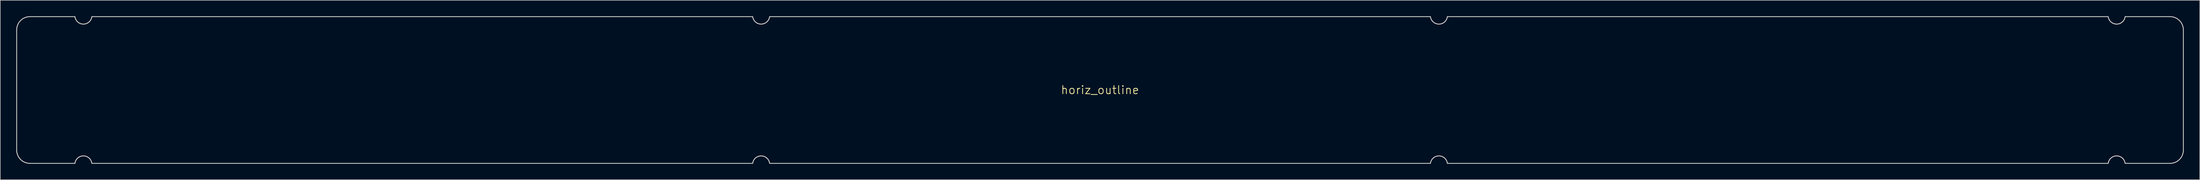
<source format=kicad_pcb>
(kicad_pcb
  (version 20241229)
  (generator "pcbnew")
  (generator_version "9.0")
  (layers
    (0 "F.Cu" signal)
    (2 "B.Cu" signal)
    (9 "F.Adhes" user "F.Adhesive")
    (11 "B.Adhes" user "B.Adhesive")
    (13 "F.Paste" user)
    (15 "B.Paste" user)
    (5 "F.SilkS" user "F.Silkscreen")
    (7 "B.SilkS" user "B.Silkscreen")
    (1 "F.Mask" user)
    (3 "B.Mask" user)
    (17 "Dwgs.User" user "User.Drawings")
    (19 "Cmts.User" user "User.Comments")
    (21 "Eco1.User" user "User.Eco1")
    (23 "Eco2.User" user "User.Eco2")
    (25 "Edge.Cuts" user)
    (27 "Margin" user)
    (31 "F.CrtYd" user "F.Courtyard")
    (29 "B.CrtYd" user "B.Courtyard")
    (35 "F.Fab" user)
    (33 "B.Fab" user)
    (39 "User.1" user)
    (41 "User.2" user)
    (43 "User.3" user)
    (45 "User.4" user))
  (footprint "horiz_outline"
    (layer "F.Cu")
    (at 203.075 13.845)
    (property "Reference" "horiz_outline" (at 0 0 0) (layer "F.SilkS") (effects (font (size 1.524 1.524) (thickness 0.15))))
    (attr through_hole)
    (fp_line (start -203 -11.273) (end -203 11.273) (stroke (width 0.15) (type solid)) (layer "Edge.Cuts"))
    (fp_line (start -203 11.273) (end -202.997 11.402) (stroke (width 0.15) (type solid)) (layer "Edge.Cuts"))
    (fp_line (start -202.997 -11.402) (end -203 -11.273) (stroke (width 0.15) (type solid)) (layer "Edge.Cuts"))
    (fp_line (start -202.997 11.402) (end -202.987 11.529) (stroke (width 0.15) (type solid)) (layer "Edge.Cuts"))
    (fp_line (start -202.987 -11.529) (end -202.997 -11.402) (stroke (width 0.15) (type solid)) (layer "Edge.Cuts"))
    (fp_line (start -202.987 11.529) (end -202.971 11.654) (stroke (width 0.15) (type solid)) (layer "Edge.Cuts"))
    (fp_line (start -202.971 -11.654) (end -202.987 -11.529) (stroke (width 0.15) (type solid)) (layer "Edge.Cuts"))
    (fp_line (start -202.971 11.654) (end -202.949 11.777) (stroke (width 0.15) (type solid)) (layer "Edge.Cuts"))
    (fp_line (start -202.949 -11.777) (end -202.971 -11.654) (stroke (width 0.15) (type solid)) (layer "Edge.Cuts"))
    (fp_line (start -202.949 11.777) (end -202.922 11.898) (stroke (width 0.15) (type solid)) (layer "Edge.Cuts"))
    (fp_line (start -202.922 -11.898) (end -202.949 -11.777) (stroke (width 0.15) (type solid)) (layer "Edge.Cuts"))
    (fp_line (start -202.922 11.898) (end -202.888 12.017) (stroke (width 0.15) (type solid)) (layer "Edge.Cuts"))
    (fp_line (start -202.888 -12.017) (end -202.922 -11.898) (stroke (width 0.15) (type solid)) (layer "Edge.Cuts"))
    (fp_line (start -202.888 12.017) (end -202.849 12.133) (stroke (width 0.15) (type solid)) (layer "Edge.Cuts"))
    (fp_line (start -202.849 -12.133) (end -202.888 -12.017) (stroke (width 0.15) (type solid)) (layer "Edge.Cuts"))
    (fp_line (start -202.849 12.133) (end -202.804 12.247) (stroke (width 0.15) (type solid)) (layer "Edge.Cuts"))
    (fp_line (start -202.804 -12.247) (end -202.849 -12.133) (stroke (width 0.15) (type solid)) (layer "Edge.Cuts"))
    (fp_line (start -202.804 12.247) (end -202.754 12.357) (stroke (width 0.15) (type solid)) (layer "Edge.Cuts"))
    (fp_line (start -202.754 -12.357) (end -202.804 -12.247) (stroke (width 0.15) (type solid)) (layer "Edge.Cuts"))
    (fp_line (start -202.754 12.357) (end -202.699 12.465) (stroke (width 0.15) (type solid)) (layer "Edge.Cuts"))
    (fp_line (start -202.699 -12.465) (end -202.754 -12.357) (stroke (width 0.15) (type solid)) (layer "Edge.Cuts"))
    (fp_line (start -202.699 12.465) (end -202.639 12.57) (stroke (width 0.15) (type solid)) (layer "Edge.Cuts"))
    (fp_line (start -202.639 -12.57) (end -202.699 -12.465) (stroke (width 0.15) (type solid)) (layer "Edge.Cuts"))
    (fp_line (start -202.639 12.57) (end -202.575 12.671) (stroke (width 0.15) (type solid)) (layer "Edge.Cuts"))
    (fp_line (start -202.575 -12.671) (end -202.639 -12.57) (stroke (width 0.15) (type solid)) (layer "Edge.Cuts"))
    (fp_line (start -202.575 12.671) (end -202.505 12.769) (stroke (width 0.15) (type solid)) (layer "Edge.Cuts"))
    (fp_line (start -202.505 -12.769) (end -202.575 -12.671) (stroke (width 0.15) (type solid)) (layer "Edge.Cuts"))
    (fp_line (start -202.505 12.769) (end -202.431 12.863) (stroke (width 0.15) (type solid)) (layer "Edge.Cuts"))
    (fp_line (start -202.431 -12.863) (end -202.505 -12.769) (stroke (width 0.15) (type solid)) (layer "Edge.Cuts"))
    (fp_line (start -202.431 12.863) (end -202.353 12.954) (stroke (width 0.15) (type solid)) (layer "Edge.Cuts"))
    (fp_line (start -202.353 -12.954) (end -202.431 -12.863) (stroke (width 0.15) (type solid)) (layer "Edge.Cuts"))
    (fp_line (start -202.353 12.954) (end -202.27 13.04) (stroke (width 0.15) (type solid)) (layer "Edge.Cuts"))
    (fp_line (start -202.27 -13.04) (end -202.353 -12.954) (stroke (width 0.15) (type solid)) (layer "Edge.Cuts"))
    (fp_line (start -202.27 13.04) (end -202.183 13.123) (stroke (width 0.15) (type solid)) (layer "Edge.Cuts"))
    (fp_line (start -202.183 -13.123) (end -202.27 -13.04) (stroke (width 0.15) (type solid)) (layer "Edge.Cuts"))
    (fp_line (start -202.183 13.123) (end -202.093 13.201) (stroke (width 0.15) (type solid)) (layer "Edge.Cuts"))
    (fp_line (start -202.093 -13.201) (end -202.183 -13.123) (stroke (width 0.15) (type solid)) (layer "Edge.Cuts"))
    (fp_line (start -202.093 13.201) (end -201.999 13.275) (stroke (width 0.15) (type solid)) (layer "Edge.Cuts"))
    (fp_line (start -201.999 -13.275) (end -202.093 -13.201) (stroke (width 0.15) (type solid)) (layer "Edge.Cuts"))
    (fp_line (start -201.999 13.275) (end -201.901 13.345) (stroke (width 0.15) (type solid)) (layer "Edge.Cuts"))
    (fp_line (start -201.901 -13.345) (end -201.999 -13.275) (stroke (width 0.15) (type solid)) (layer "Edge.Cuts"))
    (fp_line (start -201.901 13.345) (end -201.799 13.41) (stroke (width 0.15) (type solid)) (layer "Edge.Cuts"))
    (fp_line (start -201.799 -13.41) (end -201.901 -13.345) (stroke (width 0.15) (type solid)) (layer "Edge.Cuts"))
    (fp_line (start -201.799 13.41) (end -201.695 13.47) (stroke (width 0.15) (type solid)) (layer "Edge.Cuts"))
    (fp_line (start -201.695 -13.47) (end -201.799 -13.41) (stroke (width 0.15) (type solid)) (layer "Edge.Cuts"))
    (fp_line (start -201.695 13.47) (end -201.587 13.525) (stroke (width 0.15) (type solid)) (layer "Edge.Cuts"))
    (fp_line (start -201.587 -13.525) (end -201.695 -13.47) (stroke (width 0.15) (type solid)) (layer "Edge.Cuts"))
    (fp_line (start -201.587 13.525) (end -201.476 13.575) (stroke (width 0.15) (type solid)) (layer "Edge.Cuts"))
    (fp_line (start -201.476 -13.575) (end -201.587 -13.525) (stroke (width 0.15) (type solid)) (layer "Edge.Cuts"))
    (fp_line (start -201.476 13.575) (end -201.363 13.619) (stroke (width 0.15) (type solid)) (layer "Edge.Cuts"))
    (fp_line (start -201.363 -13.619) (end -201.476 -13.575) (stroke (width 0.15) (type solid)) (layer "Edge.Cuts"))
    (fp_line (start -201.363 13.619) (end -201.247 13.658) (stroke (width 0.15) (type solid)) (layer "Edge.Cuts"))
    (fp_line (start -201.247 -13.658) (end -201.363 -13.619) (stroke (width 0.15) (type solid)) (layer "Edge.Cuts"))
    (fp_line (start -201.247 13.658) (end -201.128 13.692) (stroke (width 0.15) (type solid)) (layer "Edge.Cuts"))
    (fp_line (start -201.128 -13.692) (end -201.247 -13.658) (stroke (width 0.15) (type solid)) (layer "Edge.Cuts"))
    (fp_line (start -201.128 13.692) (end -201.007 13.72) (stroke (width 0.15) (type solid)) (layer "Edge.Cuts"))
    (fp_line (start -201.007 -13.72) (end -201.128 -13.692) (stroke (width 0.15) (type solid)) (layer "Edge.Cuts"))
    (fp_line (start -201.007 13.72) (end -200.884 13.742) (stroke (width 0.15) (type solid)) (layer "Edge.Cuts"))
    (fp_line (start -200.884 -13.742) (end -201.007 -13.72) (stroke (width 0.15) (type solid)) (layer "Edge.Cuts"))
    (fp_line (start -200.884 13.742) (end -200.759 13.757) (stroke (width 0.15) (type solid)) (layer "Edge.Cuts"))
    (fp_line (start -200.759 -13.757) (end -200.884 -13.742) (stroke (width 0.15) (type solid)) (layer "Edge.Cuts"))
    (fp_line (start -200.759 13.757) (end -200.631 13.767) (stroke (width 0.15) (type solid)) (layer "Edge.Cuts"))
    (fp_line (start -200.631 -13.767) (end -200.759 -13.757) (stroke (width 0.15) (type solid)) (layer "Edge.Cuts"))
    (fp_line (start -200.631 13.767) (end -200.502 13.77) (stroke (width 0.15) (type solid)) (layer "Edge.Cuts"))
    (fp_line (start -200.502 -13.77) (end -200.631 -13.767) (stroke (width 0.15) (type solid)) (layer "Edge.Cuts"))
    (fp_line (start -200.502 13.77) (end -192.085 13.77) (stroke (width 0.15) (type solid)) (layer "Edge.Cuts"))
    (fp_line (start -192.086 -13.77) (end -200.502 -13.77) (stroke (width 0.15) (type solid)) (layer "Edge.Cuts"))
    (fp_line (start -192.085 13.77) (end -192.074 13.696) (stroke (width 0.15) (type solid)) (layer "Edge.Cuts"))
    (fp_line (start -192.075 -13.696) (end -192.086 -13.77) (stroke (width 0.15) (type solid)) (layer "Edge.Cuts"))
    (fp_line (start -192.074 13.696) (end -192.06 13.623) (stroke (width 0.15) (type solid)) (layer "Edge.Cuts"))
    (fp_line (start -192.06 -13.623) (end -192.075 -13.696) (stroke (width 0.15) (type solid)) (layer "Edge.Cuts"))
    (fp_line (start -192.06 13.623) (end -192.042 13.551) (stroke (width 0.15) (type solid)) (layer "Edge.Cuts"))
    (fp_line (start -192.043 -13.551) (end -192.06 -13.623) (stroke (width 0.15) (type solid)) (layer "Edge.Cuts"))
    (fp_line (start -192.042 13.551) (end -192.022 13.481) (stroke (width 0.15) (type solid)) (layer "Edge.Cuts"))
    (fp_line (start -192.022 -13.481) (end -192.043 -13.551) (stroke (width 0.15) (type solid)) (layer "Edge.Cuts"))
    (fp_line (start -192.022 13.481) (end -191.998 13.412) (stroke (width 0.15) (type solid)) (layer "Edge.Cuts"))
    (fp_line (start -191.998 -13.412) (end -192.022 -13.481) (stroke (width 0.15) (type solid)) (layer "Edge.Cuts"))
    (fp_line (start -191.998 13.412) (end -191.971 13.344) (stroke (width 0.15) (type solid)) (layer "Edge.Cuts"))
    (fp_line (start -191.971 -13.344) (end -191.998 -13.412) (stroke (width 0.15) (type solid)) (layer "Edge.Cuts"))
    (fp_line (start -191.971 13.344) (end -191.941 13.278) (stroke (width 0.15) (type solid)) (layer "Edge.Cuts"))
    (fp_line (start -191.942 -13.278) (end -191.971 -13.344) (stroke (width 0.15) (type solid)) (layer "Edge.Cuts"))
    (fp_line (start -191.941 13.278) (end -191.909 13.214) (stroke (width 0.15) (type solid)) (layer "Edge.Cuts"))
    (fp_line (start -191.909 -13.214) (end -191.942 -13.278) (stroke (width 0.15) (type solid)) (layer "Edge.Cuts"))
    (fp_line (start -191.909 13.214) (end -191.873 13.152) (stroke (width 0.15) (type solid)) (layer "Edge.Cuts"))
    (fp_line (start -191.874 -13.152) (end -191.909 -13.214) (stroke (width 0.15) (type solid)) (layer "Edge.Cuts"))
    (fp_line (start -191.873 13.152) (end -191.835 13.091) (stroke (width 0.15) (type solid)) (layer "Edge.Cuts"))
    (fp_line (start -191.836 -13.091) (end -191.874 -13.152) (stroke (width 0.15) (type solid)) (layer "Edge.Cuts"))
    (fp_line (start -191.835 13.091) (end -191.795 13.033) (stroke (width 0.15) (type solid)) (layer "Edge.Cuts"))
    (fp_line (start -191.795 -13.033) (end -191.836 -13.091) (stroke (width 0.15) (type solid)) (layer "Edge.Cuts"))
    (fp_line (start -191.795 13.033) (end -191.752 12.976) (stroke (width 0.15) (type solid)) (layer "Edge.Cuts"))
    (fp_line (start -191.752 -12.976) (end -191.795 -13.033) (stroke (width 0.15) (type solid)) (layer "Edge.Cuts"))
    (fp_line (start -191.752 12.976) (end -191.707 12.921) (stroke (width 0.15) (type solid)) (layer "Edge.Cuts"))
    (fp_line (start -191.707 -12.921) (end -191.752 -12.976) (stroke (width 0.15) (type solid)) (layer "Edge.Cuts"))
    (fp_line (start -191.707 12.921) (end -191.659 12.869) (stroke (width 0.15) (type solid)) (layer "Edge.Cuts"))
    (fp_line (start -191.659 -12.869) (end -191.707 -12.921) (stroke (width 0.15) (type solid)) (layer "Edge.Cuts"))
    (fp_line (start -191.659 12.869) (end -191.609 12.819) (stroke (width 0.15) (type solid)) (layer "Edge.Cuts"))
    (fp_line (start -191.61 -12.818) (end -191.659 -12.869) (stroke (width 0.15) (type solid)) (layer "Edge.Cuts"))
    (fp_line (start -191.609 12.819) (end -191.557 12.771) (stroke (width 0.15) (type solid)) (layer "Edge.Cuts"))
    (fp_line (start -191.557 -12.77) (end -191.61 -12.818) (stroke (width 0.15) (type solid)) (layer "Edge.Cuts"))
    (fp_line (start -191.557 12.771) (end -191.503 12.725) (stroke (width 0.15) (type solid)) (layer "Edge.Cuts"))
    (fp_line (start -191.503 -12.725) (end -191.557 -12.77) (stroke (width 0.15) (type solid)) (layer "Edge.Cuts"))
    (fp_line (start -191.503 12.725) (end -191.447 12.682) (stroke (width 0.15) (type solid)) (layer "Edge.Cuts"))
    (fp_line (start -191.447 -12.681) (end -191.503 -12.725) (stroke (width 0.15) (type solid)) (layer "Edge.Cuts"))
    (fp_line (start -191.447 12.682) (end -191.389 12.641) (stroke (width 0.15) (type solid)) (layer "Edge.Cuts"))
    (fp_line (start -191.389 -12.641) (end -191.447 -12.681) (stroke (width 0.15) (type solid)) (layer "Edge.Cuts"))
    (fp_line (start -191.389 12.641) (end -191.329 12.603) (stroke (width 0.15) (type solid)) (layer "Edge.Cuts"))
    (fp_line (start -191.329 -12.602) (end -191.389 -12.641) (stroke (width 0.15) (type solid)) (layer "Edge.Cuts"))
    (fp_line (start -191.329 12.603) (end -191.268 12.567) (stroke (width 0.15) (type solid)) (layer "Edge.Cuts"))
    (fp_line (start -191.268 -12.567) (end -191.329 -12.602) (stroke (width 0.15) (type solid)) (layer "Edge.Cuts"))
    (fp_line (start -191.268 12.567) (end -191.204 12.534) (stroke (width 0.15) (type solid)) (layer "Edge.Cuts"))
    (fp_line (start -191.205 -12.534) (end -191.268 -12.567) (stroke (width 0.15) (type solid)) (layer "Edge.Cuts"))
    (fp_line (start -191.204 12.534) (end -191.14 12.504) (stroke (width 0.15) (type solid)) (layer "Edge.Cuts"))
    (fp_line (start -191.14 -12.504) (end -191.205 -12.534) (stroke (width 0.15) (type solid)) (layer "Edge.Cuts"))
    (fp_line (start -191.14 12.504) (end -191.073 12.477) (stroke (width 0.15) (type solid)) (layer "Edge.Cuts"))
    (fp_line (start -191.074 -12.476) (end -191.14 -12.504) (stroke (width 0.15) (type solid)) (layer "Edge.Cuts"))
    (fp_line (start -191.073 12.477) (end -191.006 12.452) (stroke (width 0.15) (type solid)) (layer "Edge.Cuts"))
    (fp_line (start -191.006 -12.452) (end -191.074 -12.476) (stroke (width 0.15) (type solid)) (layer "Edge.Cuts"))
    (fp_line (start -191.006 12.452) (end -190.937 12.431) (stroke (width 0.15) (type solid)) (layer "Edge.Cuts"))
    (fp_line (start -190.937 -12.431) (end -191.006 -12.452) (stroke (width 0.15) (type solid)) (layer "Edge.Cuts"))
    (fp_line (start -190.937 12.431) (end -190.867 12.413) (stroke (width 0.15) (type solid)) (layer "Edge.Cuts"))
    (fp_line (start -190.867 -12.413) (end -190.937 -12.431) (stroke (width 0.15) (type solid)) (layer "Edge.Cuts"))
    (fp_line (start -190.867 12.413) (end -190.795 12.397) (stroke (width 0.15) (type solid)) (layer "Edge.Cuts"))
    (fp_line (start -190.795 -12.397) (end -190.867 -12.413) (stroke (width 0.15) (type solid)) (layer "Edge.Cuts"))
    (fp_line (start -190.795 12.397) (end -190.723 12.386) (stroke (width 0.15) (type solid)) (layer "Edge.Cuts"))
    (fp_line (start -190.723 -12.385) (end -190.795 -12.397) (stroke (width 0.15) (type solid)) (layer "Edge.Cuts"))
    (fp_line (start -190.723 12.386) (end -190.649 12.377) (stroke (width 0.15) (type solid)) (layer "Edge.Cuts"))
    (fp_line (start -190.65 -12.377) (end -190.723 -12.385) (stroke (width 0.15) (type solid)) (layer "Edge.Cuts"))
    (fp_line (start -190.649 12.377) (end -190.575 12.372) (stroke (width 0.15) (type solid)) (layer "Edge.Cuts"))
    (fp_line (start -190.575 -12.372) (end -190.65 -12.377) (stroke (width 0.15) (type solid)) (layer "Edge.Cuts"))
    (fp_line (start -190.575 12.372) (end -190.5 12.37) (stroke (width 0.15) (type solid)) (layer "Edge.Cuts"))
    (fp_line (start -190.5 -12.37) (end -190.575 -12.372) (stroke (width 0.15) (type solid)) (layer "Edge.Cuts"))
    (fp_line (start -190.5 12.37) (end -190.425 12.372) (stroke (width 0.15) (type solid)) (layer "Edge.Cuts"))
    (fp_line (start -190.425 -12.372) (end -190.5 -12.37) (stroke (width 0.15) (type solid)) (layer "Edge.Cuts"))
    (fp_line (start -190.425 12.372) (end -190.35 12.377) (stroke (width 0.15) (type solid)) (layer "Edge.Cuts"))
    (fp_line (start -190.351 -12.377) (end -190.425 -12.372) (stroke (width 0.15) (type solid)) (layer "Edge.Cuts"))
    (fp_line (start -190.35 12.377) (end -190.277 12.385) (stroke (width 0.15) (type solid)) (layer "Edge.Cuts"))
    (fp_line (start -190.277 -12.386) (end -190.351 -12.377) (stroke (width 0.15) (type solid)) (layer "Edge.Cuts"))
    (fp_line (start -190.277 12.385) (end -190.205 12.397) (stroke (width 0.15) (type solid)) (layer "Edge.Cuts"))
    (fp_line (start -190.205 -12.397) (end -190.277 -12.386) (stroke (width 0.15) (type solid)) (layer "Edge.Cuts"))
    (fp_line (start -190.205 12.397) (end -190.133 12.413) (stroke (width 0.15) (type solid)) (layer "Edge.Cuts"))
    (fp_line (start -190.133 -12.413) (end -190.205 -12.397) (stroke (width 0.15) (type solid)) (layer "Edge.Cuts"))
    (fp_line (start -190.133 12.413) (end -190.063 12.431) (stroke (width 0.15) (type solid)) (layer "Edge.Cuts"))
    (fp_line (start -190.063 -12.431) (end -190.133 -12.413) (stroke (width 0.15) (type solid)) (layer "Edge.Cuts"))
    (fp_line (start -190.063 12.431) (end -189.994 12.452) (stroke (width 0.15) (type solid)) (layer "Edge.Cuts"))
    (fp_line (start -189.994 -12.452) (end -190.063 -12.431) (stroke (width 0.15) (type solid)) (layer "Edge.Cuts"))
    (fp_line (start -189.994 12.452) (end -189.926 12.476) (stroke (width 0.15) (type solid)) (layer "Edge.Cuts"))
    (fp_line (start -189.927 -12.477) (end -189.994 -12.452) (stroke (width 0.15) (type solid)) (layer "Edge.Cuts"))
    (fp_line (start -189.926 12.476) (end -189.86 12.504) (stroke (width 0.15) (type solid)) (layer "Edge.Cuts"))
    (fp_line (start -189.86 -12.504) (end -189.927 -12.477) (stroke (width 0.15) (type solid)) (layer "Edge.Cuts"))
    (fp_line (start -189.86 12.504) (end -189.795 12.534) (stroke (width 0.15) (type solid)) (layer "Edge.Cuts"))
    (fp_line (start -189.796 -12.534) (end -189.86 -12.504) (stroke (width 0.15) (type solid)) (layer "Edge.Cuts"))
    (fp_line (start -189.795 12.534) (end -189.732 12.567) (stroke (width 0.15) (type solid)) (layer "Edge.Cuts"))
    (fp_line (start -189.732 -12.567) (end -189.796 -12.534) (stroke (width 0.15) (type solid)) (layer "Edge.Cuts"))
    (fp_line (start -189.732 12.567) (end -189.671 12.602) (stroke (width 0.15) (type solid)) (layer "Edge.Cuts"))
    (fp_line (start -189.671 -12.603) (end -189.732 -12.567) (stroke (width 0.15) (type solid)) (layer "Edge.Cuts"))
    (fp_line (start -189.671 12.602) (end -189.611 12.641) (stroke (width 0.15) (type solid)) (layer "Edge.Cuts"))
    (fp_line (start -189.611 -12.641) (end -189.671 -12.603) (stroke (width 0.15) (type solid)) (layer "Edge.Cuts"))
    (fp_line (start -189.611 12.641) (end -189.553 12.681) (stroke (width 0.15) (type solid)) (layer "Edge.Cuts"))
    (fp_line (start -189.553 -12.682) (end -189.611 -12.641) (stroke (width 0.15) (type solid)) (layer "Edge.Cuts"))
    (fp_line (start -189.553 12.681) (end -189.497 12.725) (stroke (width 0.15) (type solid)) (layer "Edge.Cuts"))
    (fp_line (start -189.497 -12.725) (end -189.553 -12.682) (stroke (width 0.15) (type solid)) (layer "Edge.Cuts"))
    (fp_line (start -189.497 12.725) (end -189.443 12.77) (stroke (width 0.15) (type solid)) (layer "Edge.Cuts"))
    (fp_line (start -189.443 -12.771) (end -189.497 -12.725) (stroke (width 0.15) (type solid)) (layer "Edge.Cuts"))
    (fp_line (start -189.443 12.77) (end -189.39 12.818) (stroke (width 0.15) (type solid)) (layer "Edge.Cuts"))
    (fp_line (start -189.391 -12.819) (end -189.443 -12.771) (stroke (width 0.15) (type solid)) (layer "Edge.Cuts"))
    (fp_line (start -189.39 12.818) (end -189.341 12.869) (stroke (width 0.15) (type solid)) (layer "Edge.Cuts"))
    (fp_line (start -189.341 -12.869) (end -189.391 -12.819) (stroke (width 0.15) (type solid)) (layer "Edge.Cuts"))
    (fp_line (start -189.341 12.869) (end -189.293 12.921) (stroke (width 0.15) (type solid)) (layer "Edge.Cuts"))
    (fp_line (start -189.293 -12.921) (end -189.341 -12.869) (stroke (width 0.15) (type solid)) (layer "Edge.Cuts"))
    (fp_line (start -189.293 12.921) (end -189.248 12.976) (stroke (width 0.15) (type solid)) (layer "Edge.Cuts"))
    (fp_line (start -189.248 -12.976) (end -189.293 -12.921) (stroke (width 0.15) (type solid)) (layer "Edge.Cuts"))
    (fp_line (start -189.248 12.976) (end -189.205 13.033) (stroke (width 0.15) (type solid)) (layer "Edge.Cuts"))
    (fp_line (start -189.205 -13.033) (end -189.248 -12.976) (stroke (width 0.15) (type solid)) (layer "Edge.Cuts"))
    (fp_line (start -189.205 13.033) (end -189.164 13.091) (stroke (width 0.15) (type solid)) (layer "Edge.Cuts"))
    (fp_line (start -189.165 -13.091) (end -189.205 -13.033) (stroke (width 0.15) (type solid)) (layer "Edge.Cuts"))
    (fp_line (start -189.164 13.091) (end -189.126 13.152) (stroke (width 0.15) (type solid)) (layer "Edge.Cuts"))
    (fp_line (start -189.127 -13.152) (end -189.165 -13.091) (stroke (width 0.15) (type solid)) (layer "Edge.Cuts"))
    (fp_line (start -189.126 13.152) (end -189.091 13.214) (stroke (width 0.15) (type solid)) (layer "Edge.Cuts"))
    (fp_line (start -189.091 -13.214) (end -189.127 -13.152) (stroke (width 0.15) (type solid)) (layer "Edge.Cuts"))
    (fp_line (start -189.091 13.214) (end -189.058 13.278) (stroke (width 0.15) (type solid)) (layer "Edge.Cuts"))
    (fp_line (start -189.059 -13.278) (end -189.091 -13.214) (stroke (width 0.15) (type solid)) (layer "Edge.Cuts"))
    (fp_line (start -189.058 13.278) (end -189.029 13.344) (stroke (width 0.15) (type solid)) (layer "Edge.Cuts"))
    (fp_line (start -189.029 -13.344) (end -189.059 -13.278) (stroke (width 0.15) (type solid)) (layer "Edge.Cuts"))
    (fp_line (start -189.029 13.344) (end -189.002 13.412) (stroke (width 0.15) (type solid)) (layer "Edge.Cuts"))
    (fp_line (start -189.002 -13.412) (end -189.029 -13.344) (stroke (width 0.15) (type solid)) (layer "Edge.Cuts"))
    (fp_line (start -189.002 13.412) (end -188.978 13.481) (stroke (width 0.15) (type solid)) (layer "Edge.Cuts"))
    (fp_line (start -188.978 -13.481) (end -189.002 -13.412) (stroke (width 0.15) (type solid)) (layer "Edge.Cuts"))
    (fp_line (start -188.978 13.481) (end -188.957 13.551) (stroke (width 0.15) (type solid)) (layer "Edge.Cuts"))
    (fp_line (start -188.958 -13.551) (end -188.978 -13.481) (stroke (width 0.15) (type solid)) (layer "Edge.Cuts"))
    (fp_line (start -188.957 13.551) (end -188.94 13.623) (stroke (width 0.15) (type solid)) (layer "Edge.Cuts"))
    (fp_line (start -188.94 -13.623) (end -188.958 -13.551) (stroke (width 0.15) (type solid)) (layer "Edge.Cuts"))
    (fp_line (start -188.94 13.623) (end -188.925 13.696) (stroke (width 0.15) (type solid)) (layer "Edge.Cuts"))
    (fp_line (start -188.926 -13.696) (end -188.94 -13.623) (stroke (width 0.15) (type solid)) (layer "Edge.Cuts"))
    (fp_line (start -188.925 13.696) (end -188.914 13.77) (stroke (width 0.15) (type solid)) (layer "Edge.Cuts"))
    (fp_line (start -188.915 -13.77) (end -188.926 -13.696) (stroke (width 0.15) (type solid)) (layer "Edge.Cuts"))
    (fp_line (start -188.914 13.77) (end -65.085 13.77) (stroke (width 0.15) (type solid)) (layer "Edge.Cuts"))
    (fp_line (start -65.086 -13.77) (end -188.915 -13.77) (stroke (width 0.15) (type solid)) (layer "Edge.Cuts"))
    (fp_line (start -65.085 13.77) (end -65.074 13.696) (stroke (width 0.15) (type solid)) (layer "Edge.Cuts"))
    (fp_line (start -65.075 -13.696) (end -65.086 -13.77) (stroke (width 0.15) (type solid)) (layer "Edge.Cuts"))
    (fp_line (start -65.074 13.696) (end -65.06 13.623) (stroke (width 0.15) (type solid)) (layer "Edge.Cuts"))
    (fp_line (start -65.06 -13.623) (end -65.075 -13.696) (stroke (width 0.15) (type solid)) (layer "Edge.Cuts"))
    (fp_line (start -65.06 13.623) (end -65.042 13.551) (stroke (width 0.15) (type solid)) (layer "Edge.Cuts"))
    (fp_line (start -65.043 -13.551) (end -65.06 -13.623) (stroke (width 0.15) (type solid)) (layer "Edge.Cuts"))
    (fp_line (start -65.042 13.551) (end -65.022 13.481) (stroke (width 0.15) (type solid)) (layer "Edge.Cuts"))
    (fp_line (start -65.022 -13.481) (end -65.043 -13.551) (stroke (width 0.15) (type solid)) (layer "Edge.Cuts"))
    (fp_line (start -65.022 13.481) (end -64.998 13.412) (stroke (width 0.15) (type solid)) (layer "Edge.Cuts"))
    (fp_line (start -64.998 -13.412) (end -65.022 -13.481) (stroke (width 0.15) (type solid)) (layer "Edge.Cuts"))
    (fp_line (start -64.998 13.412) (end -64.971 13.344) (stroke (width 0.15) (type solid)) (layer "Edge.Cuts"))
    (fp_line (start -64.971 -13.344) (end -64.998 -13.412) (stroke (width 0.15) (type solid)) (layer "Edge.Cuts"))
    (fp_line (start -64.971 13.344) (end -64.941 13.278) (stroke (width 0.15) (type solid)) (layer "Edge.Cuts"))
    (fp_line (start -64.942 -13.278) (end -64.971 -13.344) (stroke (width 0.15) (type solid)) (layer "Edge.Cuts"))
    (fp_line (start -64.941 13.278) (end -64.909 13.214) (stroke (width 0.15) (type solid)) (layer "Edge.Cuts"))
    (fp_line (start -64.909 -13.214) (end -64.942 -13.278) (stroke (width 0.15) (type solid)) (layer "Edge.Cuts"))
    (fp_line (start -64.909 13.214) (end -64.873 13.152) (stroke (width 0.15) (type solid)) (layer "Edge.Cuts"))
    (fp_line (start -64.874 -13.152) (end -64.909 -13.214) (stroke (width 0.15) (type solid)) (layer "Edge.Cuts"))
    (fp_line (start -64.873 13.152) (end -64.835 13.091) (stroke (width 0.15) (type solid)) (layer "Edge.Cuts"))
    (fp_line (start -64.836 -13.091) (end -64.874 -13.152) (stroke (width 0.15) (type solid)) (layer "Edge.Cuts"))
    (fp_line (start -64.835 13.091) (end -64.795 13.033) (stroke (width 0.15) (type solid)) (layer "Edge.Cuts"))
    (fp_line (start -64.795 -13.033) (end -64.836 -13.091) (stroke (width 0.15) (type solid)) (layer "Edge.Cuts"))
    (fp_line (start -64.795 13.033) (end -64.752 12.976) (stroke (width 0.15) (type solid)) (layer "Edge.Cuts"))
    (fp_line (start -64.752 -12.976) (end -64.795 -13.033) (stroke (width 0.15) (type solid)) (layer "Edge.Cuts"))
    (fp_line (start -64.752 12.976) (end -64.707 12.921) (stroke (width 0.15) (type solid)) (layer "Edge.Cuts"))
    (fp_line (start -64.707 -12.921) (end -64.752 -12.976) (stroke (width 0.15) (type solid)) (layer "Edge.Cuts"))
    (fp_line (start -64.707 12.921) (end -64.659 12.869) (stroke (width 0.15) (type solid)) (layer "Edge.Cuts"))
    (fp_line (start -64.659 -12.869) (end -64.707 -12.921) (stroke (width 0.15) (type solid)) (layer "Edge.Cuts"))
    (fp_line (start -64.659 12.869) (end -64.609 12.819) (stroke (width 0.15) (type solid)) (layer "Edge.Cuts"))
    (fp_line (start -64.61 -12.818) (end -64.659 -12.869) (stroke (width 0.15) (type solid)) (layer "Edge.Cuts"))
    (fp_line (start -64.609 12.819) (end -64.557 12.771) (stroke (width 0.15) (type solid)) (layer "Edge.Cuts"))
    (fp_line (start -64.557 -12.77) (end -64.61 -12.818) (stroke (width 0.15) (type solid)) (layer "Edge.Cuts"))
    (fp_line (start -64.557 12.771) (end -64.503 12.725) (stroke (width 0.15) (type solid)) (layer "Edge.Cuts"))
    (fp_line (start -64.503 -12.725) (end -64.557 -12.77) (stroke (width 0.15) (type solid)) (layer "Edge.Cuts"))
    (fp_line (start -64.503 12.725) (end -64.447 12.682) (stroke (width 0.15) (type solid)) (layer "Edge.Cuts"))
    (fp_line (start -64.447 -12.681) (end -64.503 -12.725) (stroke (width 0.15) (type solid)) (layer "Edge.Cuts"))
    (fp_line (start -64.447 12.682) (end -64.389 12.641) (stroke (width 0.15) (type solid)) (layer "Edge.Cuts"))
    (fp_line (start -64.389 -12.641) (end -64.447 -12.681) (stroke (width 0.15) (type solid)) (layer "Edge.Cuts"))
    (fp_line (start -64.389 12.641) (end -64.329 12.603) (stroke (width 0.15) (type solid)) (layer "Edge.Cuts"))
    (fp_line (start -64.329 -12.602) (end -64.389 -12.641) (stroke (width 0.15) (type solid)) (layer "Edge.Cuts"))
    (fp_line (start -64.329 12.603) (end -64.268 12.567) (stroke (width 0.15) (type solid)) (layer "Edge.Cuts"))
    (fp_line (start -64.268 -12.567) (end -64.329 -12.602) (stroke (width 0.15) (type solid)) (layer "Edge.Cuts"))
    (fp_line (start -64.268 12.567) (end -64.204 12.534) (stroke (width 0.15) (type solid)) (layer "Edge.Cuts"))
    (fp_line (start -64.205 -12.534) (end -64.268 -12.567) (stroke (width 0.15) (type solid)) (layer "Edge.Cuts"))
    (fp_line (start -64.204 12.534) (end -64.14 12.504) (stroke (width 0.15) (type solid)) (layer "Edge.Cuts"))
    (fp_line (start -64.14 -12.504) (end -64.205 -12.534) (stroke (width 0.15) (type solid)) (layer "Edge.Cuts"))
    (fp_line (start -64.14 12.504) (end -64.073 12.477) (stroke (width 0.15) (type solid)) (layer "Edge.Cuts"))
    (fp_line (start -64.074 -12.476) (end -64.14 -12.504) (stroke (width 0.15) (type solid)) (layer "Edge.Cuts"))
    (fp_line (start -64.073 12.477) (end -64.006 12.452) (stroke (width 0.15) (type solid)) (layer "Edge.Cuts"))
    (fp_line (start -64.006 -12.452) (end -64.074 -12.476) (stroke (width 0.15) (type solid)) (layer "Edge.Cuts"))
    (fp_line (start -64.006 12.452) (end -63.937 12.431) (stroke (width 0.15) (type solid)) (layer "Edge.Cuts"))
    (fp_line (start -63.937 -12.431) (end -64.006 -12.452) (stroke (width 0.15) (type solid)) (layer "Edge.Cuts"))
    (fp_line (start -63.937 12.431) (end -63.867 12.413) (stroke (width 0.15) (type solid)) (layer "Edge.Cuts"))
    (fp_line (start -63.867 -12.413) (end -63.937 -12.431) (stroke (width 0.15) (type solid)) (layer "Edge.Cuts"))
    (fp_line (start -63.867 12.413) (end -63.795 12.397) (stroke (width 0.15) (type solid)) (layer "Edge.Cuts"))
    (fp_line (start -63.795 -12.397) (end -63.867 -12.413) (stroke (width 0.15) (type solid)) (layer "Edge.Cuts"))
    (fp_line (start -63.795 12.397) (end -63.723 12.386) (stroke (width 0.15) (type solid)) (layer "Edge.Cuts"))
    (fp_line (start -63.723 -12.385) (end -63.795 -12.397) (stroke (width 0.15) (type solid)) (layer "Edge.Cuts"))
    (fp_line (start -63.723 12.386) (end -63.649 12.377) (stroke (width 0.15) (type solid)) (layer "Edge.Cuts"))
    (fp_line (start -63.65 -12.377) (end -63.723 -12.385) (stroke (width 0.15) (type solid)) (layer "Edge.Cuts"))
    (fp_line (start -63.649 12.377) (end -63.575 12.372) (stroke (width 0.15) (type solid)) (layer "Edge.Cuts"))
    (fp_line (start -63.575 -12.372) (end -63.65 -12.377) (stroke (width 0.15) (type solid)) (layer "Edge.Cuts"))
    (fp_line (start -63.575 12.372) (end -63.5 12.37) (stroke (width 0.15) (type solid)) (layer "Edge.Cuts"))
    (fp_line (start -63.5 -12.37) (end -63.575 -12.372) (stroke (width 0.15) (type solid)) (layer "Edge.Cuts"))
    (fp_line (start -63.5 12.37) (end -63.425 12.372) (stroke (width 0.15) (type solid)) (layer "Edge.Cuts"))
    (fp_line (start -63.425 -12.372) (end -63.5 -12.37) (stroke (width 0.15) (type solid)) (layer "Edge.Cuts"))
    (fp_line (start -63.425 12.372) (end -63.35 12.377) (stroke (width 0.15) (type solid)) (layer "Edge.Cuts"))
    (fp_line (start -63.351 -12.377) (end -63.425 -12.372) (stroke (width 0.15) (type solid)) (layer "Edge.Cuts"))
    (fp_line (start -63.35 12.377) (end -63.277 12.385) (stroke (width 0.15) (type solid)) (layer "Edge.Cuts"))
    (fp_line (start -63.277 -12.386) (end -63.351 -12.377) (stroke (width 0.15) (type solid)) (layer "Edge.Cuts"))
    (fp_line (start -63.277 12.385) (end -63.205 12.397) (stroke (width 0.15) (type solid)) (layer "Edge.Cuts"))
    (fp_line (start -63.205 -12.397) (end -63.277 -12.386) (stroke (width 0.15) (type solid)) (layer "Edge.Cuts"))
    (fp_line (start -63.205 12.397) (end -63.133 12.413) (stroke (width 0.15) (type solid)) (layer "Edge.Cuts"))
    (fp_line (start -63.133 -12.413) (end -63.205 -12.397) (stroke (width 0.15) (type solid)) (layer "Edge.Cuts"))
    (fp_line (start -63.133 12.413) (end -63.063 12.431) (stroke (width 0.15) (type solid)) (layer "Edge.Cuts"))
    (fp_line (start -63.063 -12.431) (end -63.133 -12.413) (stroke (width 0.15) (type solid)) (layer "Edge.Cuts"))
    (fp_line (start -63.063 12.431) (end -62.994 12.452) (stroke (width 0.15) (type solid)) (layer "Edge.Cuts"))
    (fp_line (start -62.994 -12.452) (end -63.063 -12.431) (stroke (width 0.15) (type solid)) (layer "Edge.Cuts"))
    (fp_line (start -62.994 12.452) (end -62.926 12.476) (stroke (width 0.15) (type solid)) (layer "Edge.Cuts"))
    (fp_line (start -62.927 -12.477) (end -62.994 -12.452) (stroke (width 0.15) (type solid)) (layer "Edge.Cuts"))
    (fp_line (start -62.926 12.476) (end -62.86 12.504) (stroke (width 0.15) (type solid)) (layer "Edge.Cuts"))
    (fp_line (start -62.86 -12.504) (end -62.927 -12.477) (stroke (width 0.15) (type solid)) (layer "Edge.Cuts"))
    (fp_line (start -62.86 12.504) (end -62.795 12.534) (stroke (width 0.15) (type solid)) (layer "Edge.Cuts"))
    (fp_line (start -62.796 -12.534) (end -62.86 -12.504) (stroke (width 0.15) (type solid)) (layer "Edge.Cuts"))
    (fp_line (start -62.795 12.534) (end -62.732 12.567) (stroke (width 0.15) (type solid)) (layer "Edge.Cuts"))
    (fp_line (start -62.732 -12.567) (end -62.796 -12.534) (stroke (width 0.15) (type solid)) (layer "Edge.Cuts"))
    (fp_line (start -62.732 12.567) (end -62.671 12.602) (stroke (width 0.15) (type solid)) (layer "Edge.Cuts"))
    (fp_line (start -62.671 -12.603) (end -62.732 -12.567) (stroke (width 0.15) (type solid)) (layer "Edge.Cuts"))
    (fp_line (start -62.671 12.602) (end -62.611 12.641) (stroke (width 0.15) (type solid)) (layer "Edge.Cuts"))
    (fp_line (start -62.611 -12.641) (end -62.671 -12.603) (stroke (width 0.15) (type solid)) (layer "Edge.Cuts"))
    (fp_line (start -62.611 12.641) (end -62.553 12.681) (stroke (width 0.15) (type solid)) (layer "Edge.Cuts"))
    (fp_line (start -62.553 -12.682) (end -62.611 -12.641) (stroke (width 0.15) (type solid)) (layer "Edge.Cuts"))
    (fp_line (start -62.553 12.681) (end -62.497 12.725) (stroke (width 0.15) (type solid)) (layer "Edge.Cuts"))
    (fp_line (start -62.497 -12.725) (end -62.553 -12.682) (stroke (width 0.15) (type solid)) (layer "Edge.Cuts"))
    (fp_line (start -62.497 12.725) (end -62.443 12.77) (stroke (width 0.15) (type solid)) (layer "Edge.Cuts"))
    (fp_line (start -62.443 -12.771) (end -62.497 -12.725) (stroke (width 0.15) (type solid)) (layer "Edge.Cuts"))
    (fp_line (start -62.443 12.77) (end -62.39 12.818) (stroke (width 0.15) (type solid)) (layer "Edge.Cuts"))
    (fp_line (start -62.391 -12.819) (end -62.443 -12.771) (stroke (width 0.15) (type solid)) (layer "Edge.Cuts"))
    (fp_line (start -62.39 12.818) (end -62.341 12.869) (stroke (width 0.15) (type solid)) (layer "Edge.Cuts"))
    (fp_line (start -62.341 -12.869) (end -62.391 -12.819) (stroke (width 0.15) (type solid)) (layer "Edge.Cuts"))
    (fp_line (start -62.341 12.869) (end -62.293 12.921) (stroke (width 0.15) (type solid)) (layer "Edge.Cuts"))
    (fp_line (start -62.293 -12.921) (end -62.341 -12.869) (stroke (width 0.15) (type solid)) (layer "Edge.Cuts"))
    (fp_line (start -62.293 12.921) (end -62.248 12.976) (stroke (width 0.15) (type solid)) (layer "Edge.Cuts"))
    (fp_line (start -62.248 -12.976) (end -62.293 -12.921) (stroke (width 0.15) (type solid)) (layer "Edge.Cuts"))
    (fp_line (start -62.248 12.976) (end -62.205 13.033) (stroke (width 0.15) (type solid)) (layer "Edge.Cuts"))
    (fp_line (start -62.205 -13.033) (end -62.248 -12.976) (stroke (width 0.15) (type solid)) (layer "Edge.Cuts"))
    (fp_line (start -62.205 13.033) (end -62.164 13.091) (stroke (width 0.15) (type solid)) (layer "Edge.Cuts"))
    (fp_line (start -62.165 -13.091) (end -62.205 -13.033) (stroke (width 0.15) (type solid)) (layer "Edge.Cuts"))
    (fp_line (start -62.164 13.091) (end -62.126 13.152) (stroke (width 0.15) (type solid)) (layer "Edge.Cuts"))
    (fp_line (start -62.127 -13.152) (end -62.165 -13.091) (stroke (width 0.15) (type solid)) (layer "Edge.Cuts"))
    (fp_line (start -62.126 13.152) (end -62.091 13.214) (stroke (width 0.15) (type solid)) (layer "Edge.Cuts"))
    (fp_line (start -62.091 -13.214) (end -62.127 -13.152) (stroke (width 0.15) (type solid)) (layer "Edge.Cuts"))
    (fp_line (start -62.091 13.214) (end -62.058 13.278) (stroke (width 0.15) (type solid)) (layer "Edge.Cuts"))
    (fp_line (start -62.059 -13.278) (end -62.091 -13.214) (stroke (width 0.15) (type solid)) (layer "Edge.Cuts"))
    (fp_line (start -62.058 13.278) (end -62.029 13.344) (stroke (width 0.15) (type solid)) (layer "Edge.Cuts"))
    (fp_line (start -62.029 -13.344) (end -62.059 -13.278) (stroke (width 0.15) (type solid)) (layer "Edge.Cuts"))
    (fp_line (start -62.029 13.344) (end -62.002 13.412) (stroke (width 0.15) (type solid)) (layer "Edge.Cuts"))
    (fp_line (start -62.002 -13.412) (end -62.029 -13.344) (stroke (width 0.15) (type solid)) (layer "Edge.Cuts"))
    (fp_line (start -62.002 13.412) (end -61.978 13.481) (stroke (width 0.15) (type solid)) (layer "Edge.Cuts"))
    (fp_line (start -61.978 -13.481) (end -62.002 -13.412) (stroke (width 0.15) (type solid)) (layer "Edge.Cuts"))
    (fp_line (start -61.978 13.481) (end -61.957 13.551) (stroke (width 0.15) (type solid)) (layer "Edge.Cuts"))
    (fp_line (start -61.958 -13.551) (end -61.978 -13.481) (stroke (width 0.15) (type solid)) (layer "Edge.Cuts"))
    (fp_line (start -61.957 13.551) (end -61.94 13.623) (stroke (width 0.15) (type solid)) (layer "Edge.Cuts"))
    (fp_line (start -61.94 -13.623) (end -61.958 -13.551) (stroke (width 0.15) (type solid)) (layer "Edge.Cuts"))
    (fp_line (start -61.94 13.623) (end -61.925 13.696) (stroke (width 0.15) (type solid)) (layer "Edge.Cuts"))
    (fp_line (start -61.926 -13.696) (end -61.94 -13.623) (stroke (width 0.15) (type solid)) (layer "Edge.Cuts"))
    (fp_line (start -61.925 13.696) (end -61.914 13.77) (stroke (width 0.15) (type solid)) (layer "Edge.Cuts"))
    (fp_line (start -61.915 -13.77) (end -61.926 -13.696) (stroke (width 0.15) (type solid)) (layer "Edge.Cuts"))
    (fp_line (start -61.914 13.77) (end 61.915 13.77) (stroke (width 0.15) (type solid)) (layer "Edge.Cuts"))
    (fp_line (start 61.914 -13.77) (end -61.915 -13.77) (stroke (width 0.15) (type solid)) (layer "Edge.Cuts"))
    (fp_line (start 61.915 13.77) (end 61.926 13.696) (stroke (width 0.15) (type solid)) (layer "Edge.Cuts"))
    (fp_line (start 61.925 -13.696) (end 61.914 -13.77) (stroke (width 0.15) (type solid)) (layer "Edge.Cuts"))
    (fp_line (start 61.926 13.696) (end 61.94 13.623) (stroke (width 0.15) (type solid)) (layer "Edge.Cuts"))
    (fp_line (start 61.94 -13.623) (end 61.925 -13.696) (stroke (width 0.15) (type solid)) (layer "Edge.Cuts"))
    (fp_line (start 61.94 13.623) (end 61.958 13.551) (stroke (width 0.15) (type solid)) (layer "Edge.Cuts"))
    (fp_line (start 61.957 -13.551) (end 61.94 -13.623) (stroke (width 0.15) (type solid)) (layer "Edge.Cuts"))
    (fp_line (start 61.958 13.551) (end 61.978 13.481) (stroke (width 0.15) (type solid)) (layer "Edge.Cuts"))
    (fp_line (start 61.978 -13.481) (end 61.957 -13.551) (stroke (width 0.15) (type solid)) (layer "Edge.Cuts"))
    (fp_line (start 61.978 13.481) (end 62.002 13.412) (stroke (width 0.15) (type solid)) (layer "Edge.Cuts"))
    (fp_line (start 62.002 -13.412) (end 61.978 -13.481) (stroke (width 0.15) (type solid)) (layer "Edge.Cuts"))
    (fp_line (start 62.002 13.412) (end 62.029 13.344) (stroke (width 0.15) (type solid)) (layer "Edge.Cuts"))
    (fp_line (start 62.029 -13.344) (end 62.002 -13.412) (stroke (width 0.15) (type solid)) (layer "Edge.Cuts"))
    (fp_line (start 62.029 13.344) (end 62.059 13.278) (stroke (width 0.15) (type solid)) (layer "Edge.Cuts"))
    (fp_line (start 62.058 -13.278) (end 62.029 -13.344) (stroke (width 0.15) (type solid)) (layer "Edge.Cuts"))
    (fp_line (start 62.059 13.278) (end 62.091 13.214) (stroke (width 0.15) (type solid)) (layer "Edge.Cuts"))
    (fp_line (start 62.091 -13.214) (end 62.058 -13.278) (stroke (width 0.15) (type solid)) (layer "Edge.Cuts"))
    (fp_line (start 62.091 13.214) (end 62.127 13.152) (stroke (width 0.15) (type solid)) (layer "Edge.Cuts"))
    (fp_line (start 62.126 -13.152) (end 62.091 -13.214) (stroke (width 0.15) (type solid)) (layer "Edge.Cuts"))
    (fp_line (start 62.127 13.152) (end 62.165 13.091) (stroke (width 0.15) (type solid)) (layer "Edge.Cuts"))
    (fp_line (start 62.164 -13.091) (end 62.126 -13.152) (stroke (width 0.15) (type solid)) (layer "Edge.Cuts"))
    (fp_line (start 62.165 13.091) (end 62.205 13.033) (stroke (width 0.15) (type solid)) (layer "Edge.Cuts"))
    (fp_line (start 62.205 -13.033) (end 62.164 -13.091) (stroke (width 0.15) (type solid)) (layer "Edge.Cuts"))
    (fp_line (start 62.205 13.033) (end 62.248 12.976) (stroke (width 0.15) (type solid)) (layer "Edge.Cuts"))
    (fp_line (start 62.248 -12.976) (end 62.205 -13.033) (stroke (width 0.15) (type solid)) (layer "Edge.Cuts"))
    (fp_line (start 62.248 12.976) (end 62.293 12.921) (stroke (width 0.15) (type solid)) (layer "Edge.Cuts"))
    (fp_line (start 62.293 -12.921) (end 62.248 -12.976) (stroke (width 0.15) (type solid)) (layer "Edge.Cuts"))
    (fp_line (start 62.293 12.921) (end 62.341 12.869) (stroke (width 0.15) (type solid)) (layer "Edge.Cuts"))
    (fp_line (start 62.341 -12.869) (end 62.293 -12.921) (stroke (width 0.15) (type solid)) (layer "Edge.Cuts"))
    (fp_line (start 62.341 12.869) (end 62.391 12.819) (stroke (width 0.15) (type solid)) (layer "Edge.Cuts"))
    (fp_line (start 62.39 -12.818) (end 62.341 -12.869) (stroke (width 0.15) (type solid)) (layer "Edge.Cuts"))
    (fp_line (start 62.391 12.819) (end 62.443 12.771) (stroke (width 0.15) (type solid)) (layer "Edge.Cuts"))
    (fp_line (start 62.443 -12.77) (end 62.39 -12.818) (stroke (width 0.15) (type solid)) (layer "Edge.Cuts"))
    (fp_line (start 62.443 12.771) (end 62.497 12.725) (stroke (width 0.15) (type solid)) (layer "Edge.Cuts"))
    (fp_line (start 62.497 -12.725) (end 62.443 -12.77) (stroke (width 0.15) (type solid)) (layer "Edge.Cuts"))
    (fp_line (start 62.497 12.725) (end 62.553 12.682) (stroke (width 0.15) (type solid)) (layer "Edge.Cuts"))
    (fp_line (start 62.553 -12.681) (end 62.497 -12.725) (stroke (width 0.15) (type solid)) (layer "Edge.Cuts"))
    (fp_line (start 62.553 12.682) (end 62.611 12.641) (stroke (width 0.15) (type solid)) (layer "Edge.Cuts"))
    (fp_line (start 62.611 -12.641) (end 62.553 -12.681) (stroke (width 0.15) (type solid)) (layer "Edge.Cuts"))
    (fp_line (start 62.611 12.641) (end 62.671 12.603) (stroke (width 0.15) (type solid)) (layer "Edge.Cuts"))
    (fp_line (start 62.671 -12.602) (end 62.611 -12.641) (stroke (width 0.15) (type solid)) (layer "Edge.Cuts"))
    (fp_line (start 62.671 12.603) (end 62.732 12.567) (stroke (width 0.15) (type solid)) (layer "Edge.Cuts"))
    (fp_line (start 62.732 -12.567) (end 62.671 -12.602) (stroke (width 0.15) (type solid)) (layer "Edge.Cuts"))
    (fp_line (start 62.732 12.567) (end 62.796 12.534) (stroke (width 0.15) (type solid)) (layer "Edge.Cuts"))
    (fp_line (start 62.795 -12.534) (end 62.732 -12.567) (stroke (width 0.15) (type solid)) (layer "Edge.Cuts"))
    (fp_line (start 62.796 12.534) (end 62.86 12.504) (stroke (width 0.15) (type solid)) (layer "Edge.Cuts"))
    (fp_line (start 62.86 -12.504) (end 62.795 -12.534) (stroke (width 0.15) (type solid)) (layer "Edge.Cuts"))
    (fp_line (start 62.86 12.504) (end 62.927 12.477) (stroke (width 0.15) (type solid)) (layer "Edge.Cuts"))
    (fp_line (start 62.926 -12.476) (end 62.86 -12.504) (stroke (width 0.15) (type solid)) (layer "Edge.Cuts"))
    (fp_line (start 62.927 12.477) (end 62.994 12.452) (stroke (width 0.15) (type solid)) (layer "Edge.Cuts"))
    (fp_line (start 62.994 -12.452) (end 62.926 -12.476) (stroke (width 0.15) (type solid)) (layer "Edge.Cuts"))
    (fp_line (start 62.994 12.452) (end 63.063 12.431) (stroke (width 0.15) (type solid)) (layer "Edge.Cuts"))
    (fp_line (start 63.063 -12.431) (end 62.994 -12.452) (stroke (width 0.15) (type solid)) (layer "Edge.Cuts"))
    (fp_line (start 63.063 12.431) (end 63.133 12.413) (stroke (width 0.15) (type solid)) (layer "Edge.Cuts"))
    (fp_line (start 63.133 -12.413) (end 63.063 -12.431) (stroke (width 0.15) (type solid)) (layer "Edge.Cuts"))
    (fp_line (start 63.133 12.413) (end 63.205 12.397) (stroke (width 0.15) (type solid)) (layer "Edge.Cuts"))
    (fp_line (start 63.205 -12.397) (end 63.133 -12.413) (stroke (width 0.15) (type solid)) (layer "Edge.Cuts"))
    (fp_line (start 63.205 12.397) (end 63.277 12.386) (stroke (width 0.15) (type solid)) (layer "Edge.Cuts"))
    (fp_line (start 63.277 -12.385) (end 63.205 -12.397) (stroke (width 0.15) (type solid)) (layer "Edge.Cuts"))
    (fp_line (start 63.277 12.386) (end 63.351 12.377) (stroke (width 0.15) (type solid)) (layer "Edge.Cuts"))
    (fp_line (start 63.35 -12.377) (end 63.277 -12.385) (stroke (width 0.15) (type solid)) (layer "Edge.Cuts"))
    (fp_line (start 63.351 12.377) (end 63.425 12.372) (stroke (width 0.15) (type solid)) (layer "Edge.Cuts"))
    (fp_line (start 63.425 -12.372) (end 63.35 -12.377) (stroke (width 0.15) (type solid)) (layer "Edge.Cuts"))
    (fp_line (start 63.425 12.372) (end 63.5 12.37) (stroke (width 0.15) (type solid)) (layer "Edge.Cuts"))
    (fp_line (start 63.5 -12.37) (end 63.425 -12.372) (stroke (width 0.15) (type solid)) (layer "Edge.Cuts"))
    (fp_line (start 63.5 12.37) (end 63.575 12.372) (stroke (width 0.15) (type solid)) (layer "Edge.Cuts"))
    (fp_line (start 63.575 -12.372) (end 63.5 -12.37) (stroke (width 0.15) (type solid)) (layer "Edge.Cuts"))
    (fp_line (start 63.575 12.372) (end 63.65 12.377) (stroke (width 0.15) (type solid)) (layer "Edge.Cuts"))
    (fp_line (start 63.649 -12.377) (end 63.575 -12.372) (stroke (width 0.15) (type solid)) (layer "Edge.Cuts"))
    (fp_line (start 63.65 12.377) (end 63.723 12.385) (stroke (width 0.15) (type solid)) (layer "Edge.Cuts"))
    (fp_line (start 63.723 -12.386) (end 63.649 -12.377) (stroke (width 0.15) (type solid)) (layer "Edge.Cuts"))
    (fp_line (start 63.723 12.385) (end 63.795 12.397) (stroke (width 0.15) (type solid)) (layer "Edge.Cuts"))
    (fp_line (start 63.795 -12.397) (end 63.723 -12.386) (stroke (width 0.15) (type solid)) (layer "Edge.Cuts"))
    (fp_line (start 63.795 12.397) (end 63.867 12.413) (stroke (width 0.15) (type solid)) (layer "Edge.Cuts"))
    (fp_line (start 63.867 -12.413) (end 63.795 -12.397) (stroke (width 0.15) (type solid)) (layer "Edge.Cuts"))
    (fp_line (start 63.867 12.413) (end 63.937 12.431) (stroke (width 0.15) (type solid)) (layer "Edge.Cuts"))
    (fp_line (start 63.937 -12.431) (end 63.867 -12.413) (stroke (width 0.15) (type solid)) (layer "Edge.Cuts"))
    (fp_line (start 63.937 12.431) (end 64.006 12.452) (stroke (width 0.15) (type solid)) (layer "Edge.Cuts"))
    (fp_line (start 64.006 -12.452) (end 63.937 -12.431) (stroke (width 0.15) (type solid)) (layer "Edge.Cuts"))
    (fp_line (start 64.006 12.452) (end 64.074 12.476) (stroke (width 0.15) (type solid)) (layer "Edge.Cuts"))
    (fp_line (start 64.073 -12.477) (end 64.006 -12.452) (stroke (width 0.15) (type solid)) (layer "Edge.Cuts"))
    (fp_line (start 64.074 12.476) (end 64.14 12.504) (stroke (width 0.15) (type solid)) (layer "Edge.Cuts"))
    (fp_line (start 64.14 -12.504) (end 64.073 -12.477) (stroke (width 0.15) (type solid)) (layer "Edge.Cuts"))
    (fp_line (start 64.14 12.504) (end 64.205 12.534) (stroke (width 0.15) (type solid)) (layer "Edge.Cuts"))
    (fp_line (start 64.204 -12.534) (end 64.14 -12.504) (stroke (width 0.15) (type solid)) (layer "Edge.Cuts"))
    (fp_line (start 64.205 12.534) (end 64.268 12.567) (stroke (width 0.15) (type solid)) (layer "Edge.Cuts"))
    (fp_line (start 64.268 -12.567) (end 64.204 -12.534) (stroke (width 0.15) (type solid)) (layer "Edge.Cuts"))
    (fp_line (start 64.268 12.567) (end 64.329 12.602) (stroke (width 0.15) (type solid)) (layer "Edge.Cuts"))
    (fp_line (start 64.329 -12.603) (end 64.268 -12.567) (stroke (width 0.15) (type solid)) (layer "Edge.Cuts"))
    (fp_line (start 64.329 12.602) (end 64.389 12.641) (stroke (width 0.15) (type solid)) (layer "Edge.Cuts"))
    (fp_line (start 64.389 -12.641) (end 64.329 -12.603) (stroke (width 0.15) (type solid)) (layer "Edge.Cuts"))
    (fp_line (start 64.389 12.641) (end 64.447 12.681) (stroke (width 0.15) (type solid)) (layer "Edge.Cuts"))
    (fp_line (start 64.447 -12.682) (end 64.389 -12.641) (stroke (width 0.15) (type solid)) (layer "Edge.Cuts"))
    (fp_line (start 64.447 12.681) (end 64.503 12.725) (stroke (width 0.15) (type solid)) (layer "Edge.Cuts"))
    (fp_line (start 64.503 -12.725) (end 64.447 -12.682) (stroke (width 0.15) (type solid)) (layer "Edge.Cuts"))
    (fp_line (start 64.503 12.725) (end 64.557 12.77) (stroke (width 0.15) (type solid)) (layer "Edge.Cuts"))
    (fp_line (start 64.557 -12.771) (end 64.503 -12.725) (stroke (width 0.15) (type solid)) (layer "Edge.Cuts"))
    (fp_line (start 64.557 12.77) (end 64.61 12.818) (stroke (width 0.15) (type solid)) (layer "Edge.Cuts"))
    (fp_line (start 64.609 -12.819) (end 64.557 -12.771) (stroke (width 0.15) (type solid)) (layer "Edge.Cuts"))
    (fp_line (start 64.61 12.818) (end 64.659 12.869) (stroke (width 0.15) (type solid)) (layer "Edge.Cuts"))
    (fp_line (start 64.659 -12.869) (end 64.609 -12.819) (stroke (width 0.15) (type solid)) (layer "Edge.Cuts"))
    (fp_line (start 64.659 12.869) (end 64.707 12.921) (stroke (width 0.15) (type solid)) (layer "Edge.Cuts"))
    (fp_line (start 64.707 -12.921) (end 64.659 -12.869) (stroke (width 0.15) (type solid)) (layer "Edge.Cuts"))
    (fp_line (start 64.707 12.921) (end 64.752 12.976) (stroke (width 0.15) (type solid)) (layer "Edge.Cuts"))
    (fp_line (start 64.752 -12.976) (end 64.707 -12.921) (stroke (width 0.15) (type solid)) (layer "Edge.Cuts"))
    (fp_line (start 64.752 12.976) (end 64.795 13.033) (stroke (width 0.15) (type solid)) (layer "Edge.Cuts"))
    (fp_line (start 64.795 -13.033) (end 64.752 -12.976) (stroke (width 0.15) (type solid)) (layer "Edge.Cuts"))
    (fp_line (start 64.795 13.033) (end 64.836 13.091) (stroke (width 0.15) (type solid)) (layer "Edge.Cuts"))
    (fp_line (start 64.835 -13.091) (end 64.795 -13.033) (stroke (width 0.15) (type solid)) (layer "Edge.Cuts"))
    (fp_line (start 64.836 13.091) (end 64.874 13.152) (stroke (width 0.15) (type solid)) (layer "Edge.Cuts"))
    (fp_line (start 64.873 -13.152) (end 64.835 -13.091) (stroke (width 0.15) (type solid)) (layer "Edge.Cuts"))
    (fp_line (start 64.874 13.152) (end 64.909 13.214) (stroke (width 0.15) (type solid)) (layer "Edge.Cuts"))
    (fp_line (start 64.909 -13.214) (end 64.873 -13.152) (stroke (width 0.15) (type solid)) (layer "Edge.Cuts"))
    (fp_line (start 64.909 13.214) (end 64.942 13.278) (stroke (width 0.15) (type solid)) (layer "Edge.Cuts"))
    (fp_line (start 64.941 -13.278) (end 64.909 -13.214) (stroke (width 0.15) (type solid)) (layer "Edge.Cuts"))
    (fp_line (start 64.942 13.278) (end 64.971 13.344) (stroke (width 0.15) (type solid)) (layer "Edge.Cuts"))
    (fp_line (start 64.971 -13.344) (end 64.941 -13.278) (stroke (width 0.15) (type solid)) (layer "Edge.Cuts"))
    (fp_line (start 64.971 13.344) (end 64.998 13.412) (stroke (width 0.15) (type solid)) (layer "Edge.Cuts"))
    (fp_line (start 64.998 -13.412) (end 64.971 -13.344) (stroke (width 0.15) (type solid)) (layer "Edge.Cuts"))
    (fp_line (start 64.998 13.412) (end 65.022 13.481) (stroke (width 0.15) (type solid)) (layer "Edge.Cuts"))
    (fp_line (start 65.022 -13.481) (end 64.998 -13.412) (stroke (width 0.15) (type solid)) (layer "Edge.Cuts"))
    (fp_line (start 65.022 13.481) (end 65.043 13.551) (stroke (width 0.15) (type solid)) (layer "Edge.Cuts"))
    (fp_line (start 65.042 -13.551) (end 65.022 -13.481) (stroke (width 0.15) (type solid)) (layer "Edge.Cuts"))
    (fp_line (start 65.043 13.551) (end 65.06 13.623) (stroke (width 0.15) (type solid)) (layer "Edge.Cuts"))
    (fp_line (start 65.06 -13.623) (end 65.042 -13.551) (stroke (width 0.15) (type solid)) (layer "Edge.Cuts"))
    (fp_line (start 65.06 13.623) (end 65.075 13.696) (stroke (width 0.15) (type solid)) (layer "Edge.Cuts"))
    (fp_line (start 65.074 -13.696) (end 65.06 -13.623) (stroke (width 0.15) (type solid)) (layer "Edge.Cuts"))
    (fp_line (start 65.075 13.696) (end 65.086 13.77) (stroke (width 0.15) (type solid)) (layer "Edge.Cuts"))
    (fp_line (start 65.085 -13.77) (end 65.074 -13.696) (stroke (width 0.15) (type solid)) (layer "Edge.Cuts"))
    (fp_line (start 65.086 13.77) (end 188.915 13.77) (stroke (width 0.15) (type solid)) (layer "Edge.Cuts"))
    (fp_line (start 188.914 -13.77) (end 65.085 -13.77) (stroke (width 0.15) (type solid)) (layer "Edge.Cuts"))
    (fp_line (start 188.915 13.77) (end 188.926 13.696) (stroke (width 0.15) (type solid)) (layer "Edge.Cuts"))
    (fp_line (start 188.925 -13.696) (end 188.914 -13.77) (stroke (width 0.15) (type solid)) (layer "Edge.Cuts"))
    (fp_line (start 188.926 13.696) (end 188.94 13.623) (stroke (width 0.15) (type solid)) (layer "Edge.Cuts"))
    (fp_line (start 188.94 -13.623) (end 188.925 -13.696) (stroke (width 0.15) (type solid)) (layer "Edge.Cuts"))
    (fp_line (start 188.94 13.623) (end 188.958 13.551) (stroke (width 0.15) (type solid)) (layer "Edge.Cuts"))
    (fp_line (start 188.957 -13.551) (end 188.94 -13.623) (stroke (width 0.15) (type solid)) (layer "Edge.Cuts"))
    (fp_line (start 188.958 13.551) (end 188.978 13.481) (stroke (width 0.15) (type solid)) (layer "Edge.Cuts"))
    (fp_line (start 188.978 -13.481) (end 188.957 -13.551) (stroke (width 0.15) (type solid)) (layer "Edge.Cuts"))
    (fp_line (start 188.978 13.481) (end 189.002 13.412) (stroke (width 0.15) (type solid)) (layer "Edge.Cuts"))
    (fp_line (start 189.002 -13.412) (end 188.978 -13.481) (stroke (width 0.15) (type solid)) (layer "Edge.Cuts"))
    (fp_line (start 189.002 13.412) (end 189.029 13.344) (stroke (width 0.15) (type solid)) (layer "Edge.Cuts"))
    (fp_line (start 189.029 -13.344) (end 189.002 -13.412) (stroke (width 0.15) (type solid)) (layer "Edge.Cuts"))
    (fp_line (start 189.029 13.344) (end 189.059 13.278) (stroke (width 0.15) (type solid)) (layer "Edge.Cuts"))
    (fp_line (start 189.058 -13.278) (end 189.029 -13.344) (stroke (width 0.15) (type solid)) (layer "Edge.Cuts"))
    (fp_line (start 189.059 13.278) (end 189.091 13.214) (stroke (width 0.15) (type solid)) (layer "Edge.Cuts"))
    (fp_line (start 189.091 -13.214) (end 189.058 -13.278) (stroke (width 0.15) (type solid)) (layer "Edge.Cuts"))
    (fp_line (start 189.091 13.214) (end 189.127 13.152) (stroke (width 0.15) (type solid)) (layer "Edge.Cuts"))
    (fp_line (start 189.126 -13.152) (end 189.091 -13.214) (stroke (width 0.15) (type solid)) (layer "Edge.Cuts"))
    (fp_line (start 189.127 13.152) (end 189.165 13.091) (stroke (width 0.15) (type solid)) (layer "Edge.Cuts"))
    (fp_line (start 189.164 -13.091) (end 189.126 -13.152) (stroke (width 0.15) (type solid)) (layer "Edge.Cuts"))
    (fp_line (start 189.165 13.091) (end 189.205 13.033) (stroke (width 0.15) (type solid)) (layer "Edge.Cuts"))
    (fp_line (start 189.205 -13.033) (end 189.164 -13.091) (stroke (width 0.15) (type solid)) (layer "Edge.Cuts"))
    (fp_line (start 189.205 13.033) (end 189.248 12.976) (stroke (width 0.15) (type solid)) (layer "Edge.Cuts"))
    (fp_line (start 189.248 -12.976) (end 189.205 -13.033) (stroke (width 0.15) (type solid)) (layer "Edge.Cuts"))
    (fp_line (start 189.248 12.976) (end 189.293 12.921) (stroke (width 0.15) (type solid)) (layer "Edge.Cuts"))
    (fp_line (start 189.293 -12.921) (end 189.248 -12.976) (stroke (width 0.15) (type solid)) (layer "Edge.Cuts"))
    (fp_line (start 189.293 12.921) (end 189.341 12.869) (stroke (width 0.15) (type solid)) (layer "Edge.Cuts"))
    (fp_line (start 189.341 -12.869) (end 189.293 -12.921) (stroke (width 0.15) (type solid)) (layer "Edge.Cuts"))
    (fp_line (start 189.341 12.869) (end 189.391 12.819) (stroke (width 0.15) (type solid)) (layer "Edge.Cuts"))
    (fp_line (start 189.39 -12.818) (end 189.341 -12.869) (stroke (width 0.15) (type solid)) (layer "Edge.Cuts"))
    (fp_line (start 189.391 12.819) (end 189.443 12.771) (stroke (width 0.15) (type solid)) (layer "Edge.Cuts"))
    (fp_line (start 189.443 -12.77) (end 189.39 -12.818) (stroke (width 0.15) (type solid)) (layer "Edge.Cuts"))
    (fp_line (start 189.443 12.771) (end 189.497 12.725) (stroke (width 0.15) (type solid)) (layer "Edge.Cuts"))
    (fp_line (start 189.497 -12.725) (end 189.443 -12.77) (stroke (width 0.15) (type solid)) (layer "Edge.Cuts"))
    (fp_line (start 189.497 12.725) (end 189.553 12.682) (stroke (width 0.15) (type solid)) (layer "Edge.Cuts"))
    (fp_line (start 189.553 -12.681) (end 189.497 -12.725) (stroke (width 0.15) (type solid)) (layer "Edge.Cuts"))
    (fp_line (start 189.553 12.682) (end 189.611 12.641) (stroke (width 0.15) (type solid)) (layer "Edge.Cuts"))
    (fp_line (start 189.611 -12.641) (end 189.553 -12.681) (stroke (width 0.15) (type solid)) (layer "Edge.Cuts"))
    (fp_line (start 189.611 12.641) (end 189.671 12.603) (stroke (width 0.15) (type solid)) (layer "Edge.Cuts"))
    (fp_line (start 189.671 -12.602) (end 189.611 -12.641) (stroke (width 0.15) (type solid)) (layer "Edge.Cuts"))
    (fp_line (start 189.671 12.603) (end 189.732 12.567) (stroke (width 0.15) (type solid)) (layer "Edge.Cuts"))
    (fp_line (start 189.732 -12.567) (end 189.671 -12.602) (stroke (width 0.15) (type solid)) (layer "Edge.Cuts"))
    (fp_line (start 189.732 12.567) (end 189.796 12.534) (stroke (width 0.15) (type solid)) (layer "Edge.Cuts"))
    (fp_line (start 189.795 -12.534) (end 189.732 -12.567) (stroke (width 0.15) (type solid)) (layer "Edge.Cuts"))
    (fp_line (start 189.796 12.534) (end 189.86 12.504) (stroke (width 0.15) (type solid)) (layer "Edge.Cuts"))
    (fp_line (start 189.86 -12.504) (end 189.795 -12.534) (stroke (width 0.15) (type solid)) (layer "Edge.Cuts"))
    (fp_line (start 189.86 12.504) (end 189.927 12.477) (stroke (width 0.15) (type solid)) (layer "Edge.Cuts"))
    (fp_line (start 189.926 -12.476) (end 189.86 -12.504) (stroke (width 0.15) (type solid)) (layer "Edge.Cuts"))
    (fp_line (start 189.927 12.477) (end 189.994 12.452) (stroke (width 0.15) (type solid)) (layer "Edge.Cuts"))
    (fp_line (start 189.994 -12.452) (end 189.926 -12.476) (stroke (width 0.15) (type solid)) (layer "Edge.Cuts"))
    (fp_line (start 189.994 12.452) (end 190.063 12.431) (stroke (width 0.15) (type solid)) (layer "Edge.Cuts"))
    (fp_line (start 190.063 -12.431) (end 189.994 -12.452) (stroke (width 0.15) (type solid)) (layer "Edge.Cuts"))
    (fp_line (start 190.063 12.431) (end 190.133 12.413) (stroke (width 0.15) (type solid)) (layer "Edge.Cuts"))
    (fp_line (start 190.133 -12.413) (end 190.063 -12.431) (stroke (width 0.15) (type solid)) (layer "Edge.Cuts"))
    (fp_line (start 190.133 12.413) (end 190.205 12.397) (stroke (width 0.15) (type solid)) (layer "Edge.Cuts"))
    (fp_line (start 190.205 -12.397) (end 190.133 -12.413) (stroke (width 0.15) (type solid)) (layer "Edge.Cuts"))
    (fp_line (start 190.205 12.397) (end 190.277 12.386) (stroke (width 0.15) (type solid)) (layer "Edge.Cuts"))
    (fp_line (start 190.277 -12.385) (end 190.205 -12.397) (stroke (width 0.15) (type solid)) (layer "Edge.Cuts"))
    (fp_line (start 190.277 12.386) (end 190.351 12.377) (stroke (width 0.15) (type solid)) (layer "Edge.Cuts"))
    (fp_line (start 190.35 -12.377) (end 190.277 -12.385) (stroke (width 0.15) (type solid)) (layer "Edge.Cuts"))
    (fp_line (start 190.351 12.377) (end 190.425 12.372) (stroke (width 0.15) (type solid)) (layer "Edge.Cuts"))
    (fp_line (start 190.425 -12.372) (end 190.35 -12.377) (stroke (width 0.15) (type solid)) (layer "Edge.Cuts"))
    (fp_line (start 190.425 12.372) (end 190.5 12.37) (stroke (width 0.15) (type solid)) (layer "Edge.Cuts"))
    (fp_line (start 190.5 -12.37) (end 190.425 -12.372) (stroke (width 0.15) (type solid)) (layer "Edge.Cuts"))
    (fp_line (start 190.5 12.37) (end 190.575 12.372) (stroke (width 0.15) (type solid)) (layer "Edge.Cuts"))
    (fp_line (start 190.575 -12.372) (end 190.5 -12.37) (stroke (width 0.15) (type solid)) (layer "Edge.Cuts"))
    (fp_line (start 190.575 12.372) (end 190.65 12.377) (stroke (width 0.15) (type solid)) (layer "Edge.Cuts"))
    (fp_line (start 190.649 -12.377) (end 190.575 -12.372) (stroke (width 0.15) (type solid)) (layer "Edge.Cuts"))
    (fp_line (start 190.65 12.377) (end 190.723 12.385) (stroke (width 0.15) (type solid)) (layer "Edge.Cuts"))
    (fp_line (start 190.723 -12.386) (end 190.649 -12.377) (stroke (width 0.15) (type solid)) (layer "Edge.Cuts"))
    (fp_line (start 190.723 12.385) (end 190.795 12.397) (stroke (width 0.15) (type solid)) (layer "Edge.Cuts"))
    (fp_line (start 190.795 -12.397) (end 190.723 -12.386) (stroke (width 0.15) (type solid)) (layer "Edge.Cuts"))
    (fp_line (start 190.795 12.397) (end 190.867 12.413) (stroke (width 0.15) (type solid)) (layer "Edge.Cuts"))
    (fp_line (start 190.867 -12.413) (end 190.795 -12.397) (stroke (width 0.15) (type solid)) (layer "Edge.Cuts"))
    (fp_line (start 190.867 12.413) (end 190.937 12.431) (stroke (width 0.15) (type solid)) (layer "Edge.Cuts"))
    (fp_line (start 190.937 -12.431) (end 190.867 -12.413) (stroke (width 0.15) (type solid)) (layer "Edge.Cuts"))
    (fp_line (start 190.937 12.431) (end 191.006 12.452) (stroke (width 0.15) (type solid)) (layer "Edge.Cuts"))
    (fp_line (start 191.006 -12.452) (end 190.937 -12.431) (stroke (width 0.15) (type solid)) (layer "Edge.Cuts"))
    (fp_line (start 191.006 12.452) (end 191.074 12.476) (stroke (width 0.15) (type solid)) (layer "Edge.Cuts"))
    (fp_line (start 191.073 -12.477) (end 191.006 -12.452) (stroke (width 0.15) (type solid)) (layer "Edge.Cuts"))
    (fp_line (start 191.074 12.476) (end 191.14 12.504) (stroke (width 0.15) (type solid)) (layer "Edge.Cuts"))
    (fp_line (start 191.14 -12.504) (end 191.073 -12.477) (stroke (width 0.15) (type solid)) (layer "Edge.Cuts"))
    (fp_line (start 191.14 12.504) (end 191.205 12.534) (stroke (width 0.15) (type solid)) (layer "Edge.Cuts"))
    (fp_line (start 191.204 -12.534) (end 191.14 -12.504) (stroke (width 0.15) (type solid)) (layer "Edge.Cuts"))
    (fp_line (start 191.205 12.534) (end 191.268 12.567) (stroke (width 0.15) (type solid)) (layer "Edge.Cuts"))
    (fp_line (start 191.268 -12.567) (end 191.204 -12.534) (stroke (width 0.15) (type solid)) (layer "Edge.Cuts"))
    (fp_line (start 191.268 12.567) (end 191.329 12.602) (stroke (width 0.15) (type solid)) (layer "Edge.Cuts"))
    (fp_line (start 191.329 -12.603) (end 191.268 -12.567) (stroke (width 0.15) (type solid)) (layer "Edge.Cuts"))
    (fp_line (start 191.329 12.602) (end 191.389 12.641) (stroke (width 0.15) (type solid)) (layer "Edge.Cuts"))
    (fp_line (start 191.389 -12.641) (end 191.329 -12.603) (stroke (width 0.15) (type solid)) (layer "Edge.Cuts"))
    (fp_line (start 191.389 12.641) (end 191.447 12.681) (stroke (width 0.15) (type solid)) (layer "Edge.Cuts"))
    (fp_line (start 191.447 -12.682) (end 191.389 -12.641) (stroke (width 0.15) (type solid)) (layer "Edge.Cuts"))
    (fp_line (start 191.447 12.681) (end 191.503 12.725) (stroke (width 0.15) (type solid)) (layer "Edge.Cuts"))
    (fp_line (start 191.503 -12.725) (end 191.447 -12.682) (stroke (width 0.15) (type solid)) (layer "Edge.Cuts"))
    (fp_line (start 191.503 12.725) (end 191.557 12.77) (stroke (width 0.15) (type solid)) (layer "Edge.Cuts"))
    (fp_line (start 191.557 -12.771) (end 191.503 -12.725) (stroke (width 0.15) (type solid)) (layer "Edge.Cuts"))
    (fp_line (start 191.557 12.77) (end 191.61 12.818) (stroke (width 0.15) (type solid)) (layer "Edge.Cuts"))
    (fp_line (start 191.609 -12.819) (end 191.557 -12.771) (stroke (width 0.15) (type solid)) (layer "Edge.Cuts"))
    (fp_line (start 191.61 12.818) (end 191.659 12.869) (stroke (width 0.15) (type solid)) (layer "Edge.Cuts"))
    (fp_line (start 191.659 -12.869) (end 191.609 -12.819) (stroke (width 0.15) (type solid)) (layer "Edge.Cuts"))
    (fp_line (start 191.659 12.869) (end 191.707 12.921) (stroke (width 0.15) (type solid)) (layer "Edge.Cuts"))
    (fp_line (start 191.707 -12.921) (end 191.659 -12.869) (stroke (width 0.15) (type solid)) (layer "Edge.Cuts"))
    (fp_line (start 191.707 12.921) (end 191.752 12.976) (stroke (width 0.15) (type solid)) (layer "Edge.Cuts"))
    (fp_line (start 191.752 -12.976) (end 191.707 -12.921) (stroke (width 0.15) (type solid)) (layer "Edge.Cuts"))
    (fp_line (start 191.752 12.976) (end 191.795 13.033) (stroke (width 0.15) (type solid)) (layer "Edge.Cuts"))
    (fp_line (start 191.795 -13.033) (end 191.752 -12.976) (stroke (width 0.15) (type solid)) (layer "Edge.Cuts"))
    (fp_line (start 191.795 13.033) (end 191.836 13.091) (stroke (width 0.15) (type solid)) (layer "Edge.Cuts"))
    (fp_line (start 191.835 -13.091) (end 191.795 -13.033) (stroke (width 0.15) (type solid)) (layer "Edge.Cuts"))
    (fp_line (start 191.836 13.091) (end 191.874 13.152) (stroke (width 0.15) (type solid)) (layer "Edge.Cuts"))
    (fp_line (start 191.873 -13.152) (end 191.835 -13.091) (stroke (width 0.15) (type solid)) (layer "Edge.Cuts"))
    (fp_line (start 191.874 13.152) (end 191.909 13.214) (stroke (width 0.15) (type solid)) (layer "Edge.Cuts"))
    (fp_line (start 191.909 -13.214) (end 191.873 -13.152) (stroke (width 0.15) (type solid)) (layer "Edge.Cuts"))
    (fp_line (start 191.909 13.214) (end 191.942 13.278) (stroke (width 0.15) (type solid)) (layer "Edge.Cuts"))
    (fp_line (start 191.941 -13.278) (end 191.909 -13.214) (stroke (width 0.15) (type solid)) (layer "Edge.Cuts"))
    (fp_line (start 191.942 13.278) (end 191.971 13.344) (stroke (width 0.15) (type solid)) (layer "Edge.Cuts"))
    (fp_line (start 191.971 -13.344) (end 191.941 -13.278) (stroke (width 0.15) (type solid)) (layer "Edge.Cuts"))
    (fp_line (start 191.971 13.344) (end 191.998 13.412) (stroke (width 0.15) (type solid)) (layer "Edge.Cuts"))
    (fp_line (start 191.998 -13.412) (end 191.971 -13.344) (stroke (width 0.15) (type solid)) (layer "Edge.Cuts"))
    (fp_line (start 191.998 13.412) (end 192.022 13.481) (stroke (width 0.15) (type solid)) (layer "Edge.Cuts"))
    (fp_line (start 192.022 -13.481) (end 191.998 -13.412) (stroke (width 0.15) (type solid)) (layer "Edge.Cuts"))
    (fp_line (start 192.022 13.481) (end 192.043 13.551) (stroke (width 0.15) (type solid)) (layer "Edge.Cuts"))
    (fp_line (start 192.042 -13.551) (end 192.022 -13.481) (stroke (width 0.15) (type solid)) (layer "Edge.Cuts"))
    (fp_line (start 192.043 13.551) (end 192.06 13.623) (stroke (width 0.15) (type solid)) (layer "Edge.Cuts"))
    (fp_line (start 192.06 -13.623) (end 192.042 -13.551) (stroke (width 0.15) (type solid)) (layer "Edge.Cuts"))
    (fp_line (start 192.06 13.623) (end 192.075 13.696) (stroke (width 0.15) (type solid)) (layer "Edge.Cuts"))
    (fp_line (start 192.074 -13.696) (end 192.06 -13.623) (stroke (width 0.15) (type solid)) (layer "Edge.Cuts"))
    (fp_line (start 192.075 13.696) (end 192.086 13.77) (stroke (width 0.15) (type solid)) (layer "Edge.Cuts"))
    (fp_line (start 192.085 -13.77) (end 192.074 -13.696) (stroke (width 0.15) (type solid)) (layer "Edge.Cuts"))
    (fp_line (start 192.086 13.77) (end 200.502 13.77) (stroke (width 0.15) (type solid)) (layer "Edge.Cuts"))
    (fp_line (start 200.502 -13.77) (end 192.085 -13.77) (stroke (width 0.15) (type solid)) (layer "Edge.Cuts"))
    (fp_line (start 200.502 13.77) (end 200.631 13.767) (stroke (width 0.15) (type solid)) (layer "Edge.Cuts"))
    (fp_line (start 200.631 -13.767) (end 200.502 -13.77) (stroke (width 0.15) (type solid)) (layer "Edge.Cuts"))
    (fp_line (start 200.631 13.767) (end 200.759 13.757) (stroke (width 0.15) (type solid)) (layer "Edge.Cuts"))
    (fp_line (start 200.759 -13.757) (end 200.631 -13.767) (stroke (width 0.15) (type solid)) (layer "Edge.Cuts"))
    (fp_line (start 200.759 13.757) (end 200.884 13.742) (stroke (width 0.15) (type solid)) (layer "Edge.Cuts"))
    (fp_line (start 200.884 -13.742) (end 200.759 -13.757) (stroke (width 0.15) (type solid)) (layer "Edge.Cuts"))
    (fp_line (start 200.884 13.742) (end 201.007 13.72) (stroke (width 0.15) (type solid)) (layer "Edge.Cuts"))
    (fp_line (start 201.007 -13.72) (end 200.884 -13.742) (stroke (width 0.15) (type solid)) (layer "Edge.Cuts"))
    (fp_line (start 201.007 13.72) (end 201.128 13.692) (stroke (width 0.15) (type solid)) (layer "Edge.Cuts"))
    (fp_line (start 201.128 -13.692) (end 201.007 -13.72) (stroke (width 0.15) (type solid)) (layer "Edge.Cuts"))
    (fp_line (start 201.128 13.692) (end 201.247 13.658) (stroke (width 0.15) (type solid)) (layer "Edge.Cuts"))
    (fp_line (start 201.247 -13.658) (end 201.128 -13.692) (stroke (width 0.15) (type solid)) (layer "Edge.Cuts"))
    (fp_line (start 201.247 13.658) (end 201.363 13.619) (stroke (width 0.15) (type solid)) (layer "Edge.Cuts"))
    (fp_line (start 201.363 -13.619) (end 201.247 -13.658) (stroke (width 0.15) (type solid)) (layer "Edge.Cuts"))
    (fp_line (start 201.363 13.619) (end 201.476 13.575) (stroke (width 0.15) (type solid)) (layer "Edge.Cuts"))
    (fp_line (start 201.476 -13.575) (end 201.363 -13.619) (stroke (width 0.15) (type solid)) (layer "Edge.Cuts"))
    (fp_line (start 201.476 13.575) (end 201.587 13.525) (stroke (width 0.15) (type solid)) (layer "Edge.Cuts"))
    (fp_line (start 201.587 -13.525) (end 201.476 -13.575) (stroke (width 0.15) (type solid)) (layer "Edge.Cuts"))
    (fp_line (start 201.587 13.525) (end 201.695 13.47) (stroke (width 0.15) (type solid)) (layer "Edge.Cuts"))
    (fp_line (start 201.695 -13.47) (end 201.587 -13.525) (stroke (width 0.15) (type solid)) (layer "Edge.Cuts"))
    (fp_line (start 201.695 13.47) (end 201.799 13.41) (stroke (width 0.15) (type solid)) (layer "Edge.Cuts"))
    (fp_line (start 201.799 -13.41) (end 201.695 -13.47) (stroke (width 0.15) (type solid)) (layer "Edge.Cuts"))
    (fp_line (start 201.799 13.41) (end 201.901 13.345) (stroke (width 0.15) (type solid)) (layer "Edge.Cuts"))
    (fp_line (start 201.901 -13.345) (end 201.799 -13.41) (stroke (width 0.15) (type solid)) (layer "Edge.Cuts"))
    (fp_line (start 201.901 13.345) (end 201.999 13.275) (stroke (width 0.15) (type solid)) (layer "Edge.Cuts"))
    (fp_line (start 201.999 -13.275) (end 201.901 -13.345) (stroke (width 0.15) (type solid)) (layer "Edge.Cuts"))
    (fp_line (start 201.999 13.275) (end 202.093 13.201) (stroke (width 0.15) (type solid)) (layer "Edge.Cuts"))
    (fp_line (start 202.093 -13.201) (end 201.999 -13.275) (stroke (width 0.15) (type solid)) (layer "Edge.Cuts"))
    (fp_line (start 202.093 13.201) (end 202.183 13.123) (stroke (width 0.15) (type solid)) (layer "Edge.Cuts"))
    (fp_line (start 202.183 -13.123) (end 202.093 -13.201) (stroke (width 0.15) (type solid)) (layer "Edge.Cuts"))
    (fp_line (start 202.183 13.123) (end 202.27 13.04) (stroke (width 0.15) (type solid)) (layer "Edge.Cuts"))
    (fp_line (start 202.27 -13.04) (end 202.183 -13.123) (stroke (width 0.15) (type solid)) (layer "Edge.Cuts"))
    (fp_line (start 202.27 13.04) (end 202.353 12.954) (stroke (width 0.15) (type solid)) (layer "Edge.Cuts"))
    (fp_line (start 202.353 -12.954) (end 202.27 -13.04) (stroke (width 0.15) (type solid)) (layer "Edge.Cuts"))
    (fp_line (start 202.353 12.954) (end 202.431 12.863) (stroke (width 0.15) (type solid)) (layer "Edge.Cuts"))
    (fp_line (start 202.431 -12.863) (end 202.353 -12.954) (stroke (width 0.15) (type solid)) (layer "Edge.Cuts"))
    (fp_line (start 202.431 12.863) (end 202.505 12.769) (stroke (width 0.15) (type solid)) (layer "Edge.Cuts"))
    (fp_line (start 202.505 -12.769) (end 202.431 -12.863) (stroke (width 0.15) (type solid)) (layer "Edge.Cuts"))
    (fp_line (start 202.505 12.769) (end 202.575 12.671) (stroke (width 0.15) (type solid)) (layer "Edge.Cuts"))
    (fp_line (start 202.575 -12.671) (end 202.505 -12.769) (stroke (width 0.15) (type solid)) (layer "Edge.Cuts"))
    (fp_line (start 202.575 12.671) (end 202.639 12.57) (stroke (width 0.15) (type solid)) (layer "Edge.Cuts"))
    (fp_line (start 202.639 -12.57) (end 202.575 -12.671) (stroke (width 0.15) (type solid)) (layer "Edge.Cuts"))
    (fp_line (start 202.639 12.57) (end 202.699 12.465) (stroke (width 0.15) (type solid)) (layer "Edge.Cuts"))
    (fp_line (start 202.699 -12.465) (end 202.639 -12.57) (stroke (width 0.15) (type solid)) (layer "Edge.Cuts"))
    (fp_line (start 202.699 12.465) (end 202.754 12.357) (stroke (width 0.15) (type solid)) (layer "Edge.Cuts"))
    (fp_line (start 202.754 -12.357) (end 202.699 -12.465) (stroke (width 0.15) (type solid)) (layer "Edge.Cuts"))
    (fp_line (start 202.754 12.357) (end 202.804 12.247) (stroke (width 0.15) (type solid)) (layer "Edge.Cuts"))
    (fp_line (start 202.804 -12.247) (end 202.754 -12.357) (stroke (width 0.15) (type solid)) (layer "Edge.Cuts"))
    (fp_line (start 202.804 12.247) (end 202.849 12.133) (stroke (width 0.15) (type solid)) (layer "Edge.Cuts"))
    (fp_line (start 202.849 -12.133) (end 202.804 -12.247) (stroke (width 0.15) (type solid)) (layer "Edge.Cuts"))
    (fp_line (start 202.849 12.133) (end 202.888 12.017) (stroke (width 0.15) (type solid)) (layer "Edge.Cuts"))
    (fp_line (start 202.888 -12.017) (end 202.849 -12.133) (stroke (width 0.15) (type solid)) (layer "Edge.Cuts"))
    (fp_line (start 202.888 12.017) (end 202.922 11.898) (stroke (width 0.15) (type solid)) (layer "Edge.Cuts"))
    (fp_line (start 202.922 -11.898) (end 202.888 -12.017) (stroke (width 0.15) (type solid)) (layer "Edge.Cuts"))
    (fp_line (start 202.922 11.898) (end 202.949 11.777) (stroke (width 0.15) (type solid)) (layer "Edge.Cuts"))
    (fp_line (start 202.949 -11.777) (end 202.922 -11.898) (stroke (width 0.15) (type solid)) (layer "Edge.Cuts"))
    (fp_line (start 202.949 11.777) (end 202.971 11.654) (stroke (width 0.15) (type solid)) (layer "Edge.Cuts"))
    (fp_line (start 202.971 -11.654) (end 202.949 -11.777) (stroke (width 0.15) (type solid)) (layer "Edge.Cuts"))
    (fp_line (start 202.971 11.654) (end 202.987 11.529) (stroke (width 0.15) (type solid)) (layer "Edge.Cuts"))
    (fp_line (start 202.987 -11.529) (end 202.971 -11.654) (stroke (width 0.15) (type solid)) (layer "Edge.Cuts"))
    (fp_line (start 202.987 11.529) (end 202.997 11.402) (stroke (width 0.15) (type solid)) (layer "Edge.Cuts"))
    (fp_line (start 202.997 -11.402) (end 202.987 -11.529) (stroke (width 0.15) (type solid)) (layer "Edge.Cuts"))
    (fp_line (start 202.997 11.402) (end 203 11.273) (stroke (width 0.15) (type solid)) (layer "Edge.Cuts"))
    (fp_line (start 203 -11.273) (end 202.997 -11.402) (stroke (width 0.15) (type solid)) (layer "Edge.Cuts"))
    (fp_line (start 203 11.273) (end 203 -11.273) (stroke (width 0.15) (type solid)) (layer "Edge.Cuts")))
  (gr_rect
    (start -3 -3)
    (end 409.15 30.69)
    (stroke (width 0.1) (type default))
    (fill no)
    (layer "Edge.Cuts")))
</source>
